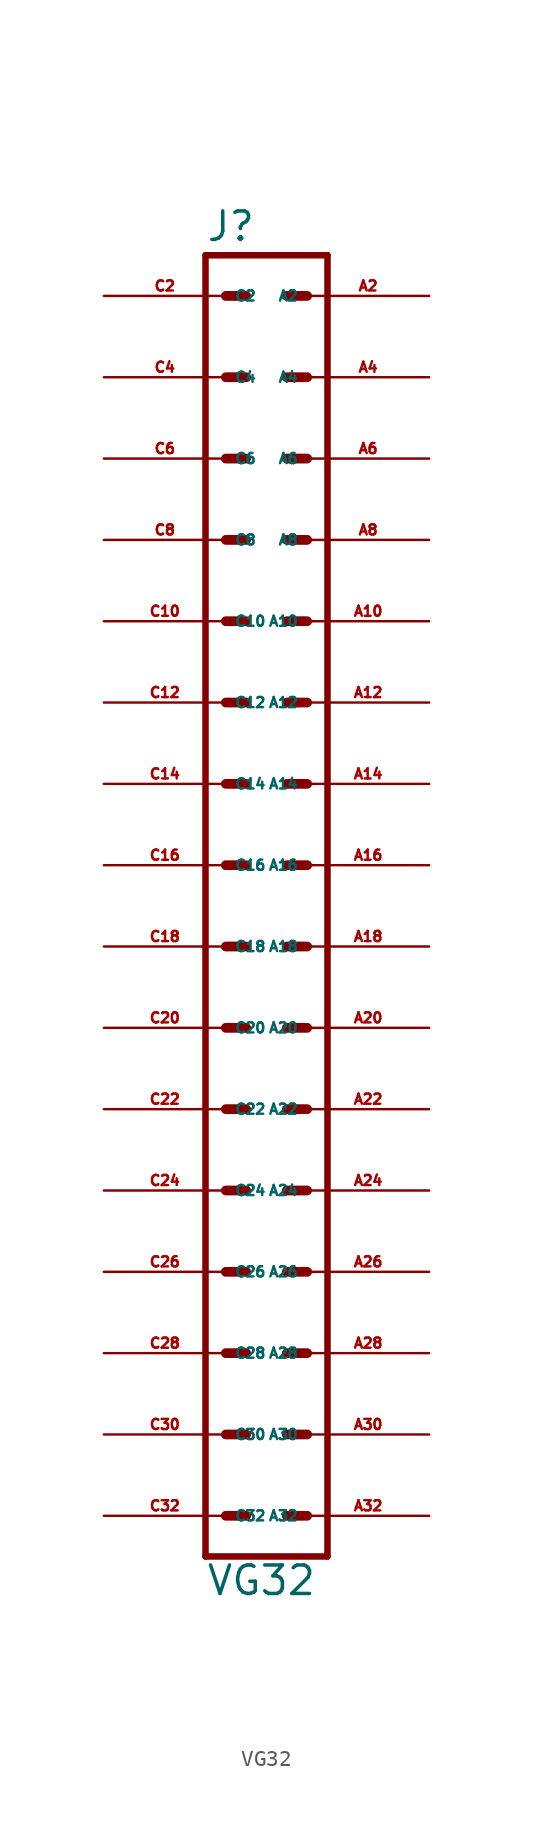
<source format=kicad_sym>
(kicad_symbol_lib
  (version 20220914)
  (generator Eagle2Kicad)
  (symbol "VG32"
    (property "Reference" "J"
      (at -3.81 43.942 0)
      (effects (font (size 1.778 1.778) (thickness 0.22)) (justify left bottom)))
    (property "Value" "VG32"
      (at -3.81 -40.64 0)
      (effects (font (size 1.778 1.778) (thickness 0.22)) (justify left bottom)))
    (polyline
      (pts (xy 3.81 -38.1) (xy -3.81 -38.1))
      (stroke (width 0.406) (type default))
      (fill (type none)))
    (polyline
      (pts (xy -3.81 43.18) (xy -3.81 -38.1))
      (stroke (width 0.406) (type default))
      (fill (type none)))
    (polyline
      (pts (xy -3.81 43.18) (xy 3.81 43.18))
      (stroke (width 0.406) (type default))
      (fill (type none)))
    (polyline
      (pts (xy 3.81 -38.1) (xy 3.81 43.18))
      (stroke (width 0.406) (type default))
      (fill (type none)))
    (polyline
      (pts (xy -2.54 -35.56) (xy -1.27 -35.56))
      (stroke (width 0.61) (type default))
      (fill (type none)))
    (polyline
      (pts (xy -2.54 -30.48) (xy -1.27 -30.48))
      (stroke (width 0.61) (type default))
      (fill (type none)))
    (polyline
      (pts (xy -2.54 -25.4) (xy -1.27 -25.4))
      (stroke (width 0.61) (type default))
      (fill (type none)))
    (polyline
      (pts (xy -2.54 -20.32) (xy -1.27 -20.32))
      (stroke (width 0.61) (type default))
      (fill (type none)))
    (polyline
      (pts (xy -2.54 -15.24) (xy -1.27 -15.24))
      (stroke (width 0.61) (type default))
      (fill (type none)))
    (polyline
      (pts (xy -2.54 -10.16) (xy -1.27 -10.16))
      (stroke (width 0.61) (type default))
      (fill (type none)))
    (polyline
      (pts (xy -2.54 -5.08) (xy -1.27 -5.08))
      (stroke (width 0.61) (type default))
      (fill (type none)))
    (polyline
      (pts (xy -2.54 0) (xy -1.27 0))
      (stroke (width 0.61) (type default))
      (fill (type none)))
    (polyline
      (pts (xy -2.54 5.08) (xy -1.27 5.08))
      (stroke (width 0.61) (type default))
      (fill (type none)))
    (polyline
      (pts (xy -2.54 10.16) (xy -1.27 10.16))
      (stroke (width 0.61) (type default))
      (fill (type none)))
    (polyline
      (pts (xy -2.54 15.24) (xy -1.27 15.24))
      (stroke (width 0.61) (type default))
      (fill (type none)))
    (polyline
      (pts (xy -2.54 20.32) (xy -1.27 20.32))
      (stroke (width 0.61) (type default))
      (fill (type none)))
    (polyline
      (pts (xy -2.54 25.4) (xy -1.27 25.4))
      (stroke (width 0.61) (type default))
      (fill (type none)))
    (polyline
      (pts (xy -2.54 30.48) (xy -1.27 30.48))
      (stroke (width 0.61) (type default))
      (fill (type none)))
    (polyline
      (pts (xy -2.54 35.56) (xy -1.27 35.56))
      (stroke (width 0.61) (type default))
      (fill (type none)))
    (polyline
      (pts (xy -2.54 40.64) (xy -1.27 40.64))
      (stroke (width 0.61) (type default))
      (fill (type none)))
    (polyline
      (pts (xy 2.54 -35.56) (xy 1.27 -35.56))
      (stroke (width 0.61) (type default))
      (fill (type none)))
    (polyline
      (pts (xy 2.54 -30.48) (xy 1.27 -30.48))
      (stroke (width 0.61) (type default))
      (fill (type none)))
    (polyline
      (pts (xy 2.54 -25.4) (xy 1.27 -25.4))
      (stroke (width 0.61) (type default))
      (fill (type none)))
    (polyline
      (pts (xy 2.54 -20.32) (xy 1.27 -20.32))
      (stroke (width 0.61) (type default))
      (fill (type none)))
    (polyline
      (pts (xy 2.54 -15.24) (xy 1.27 -15.24))
      (stroke (width 0.61) (type default))
      (fill (type none)))
    (polyline
      (pts (xy 2.54 -10.16) (xy 1.27 -10.16))
      (stroke (width 0.61) (type default))
      (fill (type none)))
    (polyline
      (pts (xy 2.54 -5.08) (xy 1.27 -5.08))
      (stroke (width 0.61) (type default))
      (fill (type none)))
    (polyline
      (pts (xy 2.54 0) (xy 1.27 0))
      (stroke (width 0.61) (type default))
      (fill (type none)))
    (polyline
      (pts (xy 2.54 5.08) (xy 1.27 5.08))
      (stroke (width 0.61) (type default))
      (fill (type none)))
    (polyline
      (pts (xy 2.54 10.16) (xy 1.27 10.16))
      (stroke (width 0.61) (type default))
      (fill (type none)))
    (polyline
      (pts (xy 2.54 15.24) (xy 1.27 15.24))
      (stroke (width 0.61) (type default))
      (fill (type none)))
    (polyline
      (pts (xy 2.54 20.32) (xy 1.27 20.32))
      (stroke (width 0.61) (type default))
      (fill (type none)))
    (polyline
      (pts (xy 2.54 25.4) (xy 1.27 25.4))
      (stroke (width 0.61) (type default))
      (fill (type none)))
    (polyline
      (pts (xy 2.54 30.48) (xy 1.27 30.48))
      (stroke (width 0.61) (type default))
      (fill (type none)))
    (polyline
      (pts (xy 2.54 35.56) (xy 1.27 35.56))
      (stroke (width 0.61) (type default))
      (fill (type none)))
    (polyline
      (pts (xy 2.54 40.64) (xy 1.27 40.64))
      (stroke (width 0.61) (type default))
      (fill (type none)))
    (pin passive line
      (at 10.16 40.64 180)
      (length 7.62)
      (name "A2" (effects (font (size 0.635 0.635) (thickness 0.08)) (justify left bottom)))
      (number "A2" (effects (font (size 0.635 0.635) (thickness 0.08)) (justify left bottom))))
    (pin passive line
      (at 10.16 35.56 180)
      (length 7.62)
      (name "A4" (effects (font (size 0.635 0.635) (thickness 0.08)) (justify left bottom)))
      (number "A4" (effects (font (size 0.635 0.635) (thickness 0.08)) (justify left bottom))))
    (pin passive line
      (at 10.16 30.48 180)
      (length 7.62)
      (name "A6" (effects (font (size 0.635 0.635) (thickness 0.08)) (justify left bottom)))
      (number "A6" (effects (font (size 0.635 0.635) (thickness 0.08)) (justify left bottom))))
    (pin passive line
      (at 10.16 25.4 180)
      (length 7.62)
      (name "A8" (effects (font (size 0.635 0.635) (thickness 0.08)) (justify left bottom)))
      (number "A8" (effects (font (size 0.635 0.635) (thickness 0.08)) (justify left bottom))))
    (pin passive line
      (at 10.16 20.32 180)
      (length 7.62)
      (name "A10" (effects (font (size 0.635 0.635) (thickness 0.08)) (justify left bottom)))
      (number "A10" (effects (font (size 0.635 0.635) (thickness 0.08)) (justify left bottom))))
    (pin passive line
      (at 10.16 15.24 180)
      (length 7.62)
      (name "A12" (effects (font (size 0.635 0.635) (thickness 0.08)) (justify left bottom)))
      (number "A12" (effects (font (size 0.635 0.635) (thickness 0.08)) (justify left bottom))))
    (pin passive line
      (at 10.16 10.16 180)
      (length 7.62)
      (name "A14" (effects (font (size 0.635 0.635) (thickness 0.08)) (justify left bottom)))
      (number "A14" (effects (font (size 0.635 0.635) (thickness 0.08)) (justify left bottom))))
    (pin passive line
      (at 10.16 5.08 180)
      (length 7.62)
      (name "A16" (effects (font (size 0.635 0.635) (thickness 0.08)) (justify left bottom)))
      (number "A16" (effects (font (size 0.635 0.635) (thickness 0.08)) (justify left bottom))))
    (pin passive line
      (at 10.16 0 180)
      (length 7.62)
      (name "A18" (effects (font (size 0.635 0.635) (thickness 0.08)) (justify left bottom)))
      (number "A18" (effects (font (size 0.635 0.635) (thickness 0.08)) (justify left bottom))))
    (pin passive line
      (at 10.16 -5.08 180)
      (length 7.62)
      (name "A20" (effects (font (size 0.635 0.635) (thickness 0.08)) (justify left bottom)))
      (number "A20" (effects (font (size 0.635 0.635) (thickness 0.08)) (justify left bottom))))
    (pin passive line
      (at 10.16 -10.16 180)
      (length 7.62)
      (name "A22" (effects (font (size 0.635 0.635) (thickness 0.08)) (justify left bottom)))
      (number "A22" (effects (font (size 0.635 0.635) (thickness 0.08)) (justify left bottom))))
    (pin passive line
      (at 10.16 -15.24 180)
      (length 7.62)
      (name "A24" (effects (font (size 0.635 0.635) (thickness 0.08)) (justify left bottom)))
      (number "A24" (effects (font (size 0.635 0.635) (thickness 0.08)) (justify left bottom))))
    (pin passive line
      (at 10.16 -20.32 180)
      (length 7.62)
      (name "A26" (effects (font (size 0.635 0.635) (thickness 0.08)) (justify left bottom)))
      (number "A26" (effects (font (size 0.635 0.635) (thickness 0.08)) (justify left bottom))))
    (pin passive line
      (at 10.16 -25.4 180)
      (length 7.62)
      (name "A28" (effects (font (size 0.635 0.635) (thickness 0.08)) (justify left bottom)))
      (number "A28" (effects (font (size 0.635 0.635) (thickness 0.08)) (justify left bottom))))
    (pin passive line
      (at 10.16 -30.48 180)
      (length 7.62)
      (name "A30" (effects (font (size 0.635 0.635) (thickness 0.08)) (justify left bottom)))
      (number "A30" (effects (font (size 0.635 0.635) (thickness 0.08)) (justify left bottom))))
    (pin passive line
      (at 10.16 -35.56 180)
      (length 7.62)
      (name "A32" (effects (font (size 0.635 0.635) (thickness 0.08)) (justify left bottom)))
      (number "A32" (effects (font (size 0.635 0.635) (thickness 0.08)) (justify left bottom))))
    (pin passive line
      (at -10.16 40.64 0)
      (length 7.62)
      (name "C2" (effects (font (size 0.635 0.635) (thickness 0.08)) (justify left bottom)))
      (number "C2" (effects (font (size 0.635 0.635) (thickness 0.08)) (justify left bottom))))
    (pin passive line
      (at -10.16 35.56 0)
      (length 7.62)
      (name "C4" (effects (font (size 0.635 0.635) (thickness 0.08)) (justify left bottom)))
      (number "C4" (effects (font (size 0.635 0.635) (thickness 0.08)) (justify left bottom))))
    (pin passive line
      (at -10.16 30.48 0)
      (length 7.62)
      (name "C6" (effects (font (size 0.635 0.635) (thickness 0.08)) (justify left bottom)))
      (number "C6" (effects (font (size 0.635 0.635) (thickness 0.08)) (justify left bottom))))
    (pin passive line
      (at -10.16 25.4 0)
      (length 7.62)
      (name "C8" (effects (font (size 0.635 0.635) (thickness 0.08)) (justify left bottom)))
      (number "C8" (effects (font (size 0.635 0.635) (thickness 0.08)) (justify left bottom))))
    (pin passive line
      (at -10.16 20.32 0)
      (length 7.62)
      (name "C10" (effects (font (size 0.635 0.635) (thickness 0.08)) (justify left bottom)))
      (number "C10" (effects (font (size 0.635 0.635) (thickness 0.08)) (justify left bottom))))
    (pin passive line
      (at -10.16 15.24 0)
      (length 7.62)
      (name "C12" (effects (font (size 0.635 0.635) (thickness 0.08)) (justify left bottom)))
      (number "C12" (effects (font (size 0.635 0.635) (thickness 0.08)) (justify left bottom))))
    (pin passive line
      (at -10.16 10.16 0)
      (length 7.62)
      (name "C14" (effects (font (size 0.635 0.635) (thickness 0.08)) (justify left bottom)))
      (number "C14" (effects (font (size 0.635 0.635) (thickness 0.08)) (justify left bottom))))
    (pin passive line
      (at -10.16 5.08 0)
      (length 7.62)
      (name "C16" (effects (font (size 0.635 0.635) (thickness 0.08)) (justify left bottom)))
      (number "C16" (effects (font (size 0.635 0.635) (thickness 0.08)) (justify left bottom))))
    (pin passive line
      (at -10.16 0 0)
      (length 7.62)
      (name "C18" (effects (font (size 0.635 0.635) (thickness 0.08)) (justify left bottom)))
      (number "C18" (effects (font (size 0.635 0.635) (thickness 0.08)) (justify left bottom))))
    (pin passive line
      (at -10.16 -5.08 0)
      (length 7.62)
      (name "C20" (effects (font (size 0.635 0.635) (thickness 0.08)) (justify left bottom)))
      (number "C20" (effects (font (size 0.635 0.635) (thickness 0.08)) (justify left bottom))))
    (pin passive line
      (at -10.16 -10.16 0)
      (length 7.62)
      (name "C22" (effects (font (size 0.635 0.635) (thickness 0.08)) (justify left bottom)))
      (number "C22" (effects (font (size 0.635 0.635) (thickness 0.08)) (justify left bottom))))
    (pin passive line
      (at -10.16 -15.24 0)
      (length 7.62)
      (name "C24" (effects (font (size 0.635 0.635) (thickness 0.08)) (justify left bottom)))
      (number "C24" (effects (font (size 0.635 0.635) (thickness 0.08)) (justify left bottom))))
    (pin passive line
      (at -10.16 -20.32 0)
      (length 7.62)
      (name "C26" (effects (font (size 0.635 0.635) (thickness 0.08)) (justify left bottom)))
      (number "C26" (effects (font (size 0.635 0.635) (thickness 0.08)) (justify left bottom))))
    (pin passive line
      (at -10.16 -25.4 0)
      (length 7.62)
      (name "C28" (effects (font (size 0.635 0.635) (thickness 0.08)) (justify left bottom)))
      (number "C28" (effects (font (size 0.635 0.635) (thickness 0.08)) (justify left bottom))))
    (pin passive line
      (at -10.16 -30.48 0)
      (length 7.62)
      (name "C30" (effects (font (size 0.635 0.635) (thickness 0.08)) (justify left bottom)))
      (number "C30" (effects (font (size 0.635 0.635) (thickness 0.08)) (justify left bottom))))
    (pin passive line
      (at -10.16 -35.56 0)
      (length 7.62)
      (name "C32" (effects (font (size 0.635 0.635) (thickness 0.08)) (justify left bottom)))
      (number "C32" (effects (font (size 0.635 0.635) (thickness 0.08)) (justify left bottom))))))
</source>
